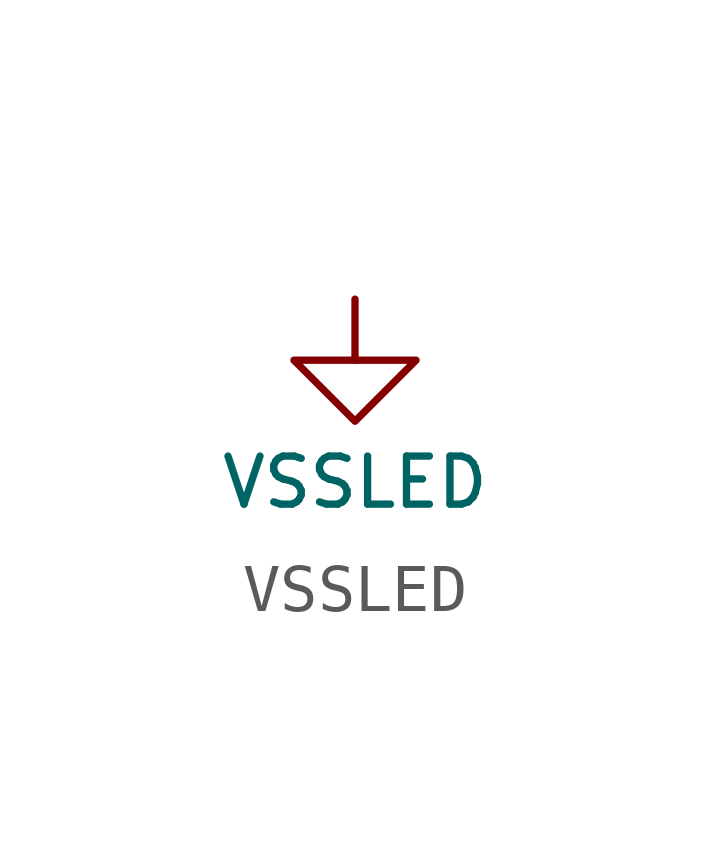
<source format=kicad_sym>
(kicad_symbol_lib
  (version 20220914)
  (generator kicad_symbol_editor)
  (symbol "VSSLED"
    (power)
    (pin_numbers hide)
    (pin_names
      (offset 0) hide)
    (property "Reference" "#PWR"
      (at 0 2.54 0)
      (effects (font (size 1.524 1.524)) hide))
    (property "Value" "VSSLED"
      (at 0 -2.54 0)
      (effects (font (size 1 1))))
    (property "Footprint" ""
      (at 0 0 0)
      (effects (font (size 1.524 1.524))))
    (property "Datasheet" ""
      (at 0 2.54 0)
      (effects (font (size 1.524 1.524))))
    (symbol "VSSLED_0_1"
      (polyline (pts (xy -1.27 0) (xy 1.27 0) (xy 0 -1.27) (xy -1.27 0)) (stroke (width 0) (type default)) (fill (type none))))
    (symbol "VSSLED_1_1"
      (pin power_in line (at 0 1.27 270) (length 1.27) (name "VSSLED" (effects (font (size 1.27 1.27)))) (number "1" (effects (font (size 1.27 1.27))))))))
</source>
